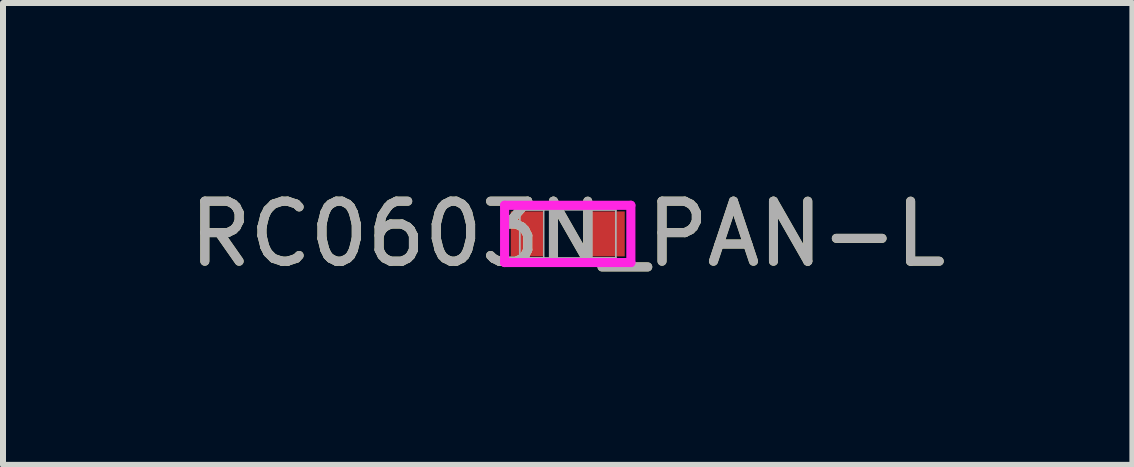
<source format=kicad_pcb>
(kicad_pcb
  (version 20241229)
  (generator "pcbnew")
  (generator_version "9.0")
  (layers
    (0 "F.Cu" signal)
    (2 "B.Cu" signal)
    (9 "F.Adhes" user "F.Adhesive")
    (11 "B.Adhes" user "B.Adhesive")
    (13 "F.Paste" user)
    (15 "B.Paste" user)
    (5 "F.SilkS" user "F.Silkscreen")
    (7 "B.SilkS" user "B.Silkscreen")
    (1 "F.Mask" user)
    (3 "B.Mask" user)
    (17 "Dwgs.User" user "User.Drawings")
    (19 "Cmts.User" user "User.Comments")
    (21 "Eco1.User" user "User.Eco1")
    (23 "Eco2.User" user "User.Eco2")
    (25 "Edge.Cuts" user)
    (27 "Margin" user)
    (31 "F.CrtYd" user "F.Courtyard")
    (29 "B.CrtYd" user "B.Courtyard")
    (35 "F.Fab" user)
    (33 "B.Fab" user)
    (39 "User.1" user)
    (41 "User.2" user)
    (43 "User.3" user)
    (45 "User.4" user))
  (footprint "RC0603N_PAN-L"
    (layer "F.Cu")
    (at 6.411 0.848)
    (property "Reference" "RC0603N_PAN-L" (at 0 0 0) (unlocked yes) (layer "F.SilkS") (effects (font (size 1 1) (thickness 0.15))))
    (attr smd)
    (fp_line (start -1.052 -0.477) (end 1.052 -0.477) (stroke (width 0.152) (type solid)) (layer "F.CrtYd"))
    (fp_line (start -1.052 0.477) (end -1.052 -0.477) (stroke (width 0.152) (type solid)) (layer "F.CrtYd"))
    (fp_line (start 1.052 -0.477) (end 1.052 0.477) (stroke (width 0.152) (type solid)) (layer "F.CrtYd"))
    (fp_line (start 1.052 0.477) (end -1.052 0.477) (stroke (width 0.152) (type solid)) (layer "F.CrtYd"))
    (fp_line (start -0.8 -0.4) (end -0.8 0.4) (stroke (width 0.025) (type solid)) (layer "F.Fab"))
    (fp_line (start -0.8 -0.4) (end -0.8 0.4) (stroke (width 0.025) (type solid)) (layer "F.Fab"))
    (fp_line (start -0.8 0.4) (end -0.4 0.4) (stroke (width 0.025) (type solid)) (layer "F.Fab"))
    (fp_line (start -0.8 0.4) (end 0.8 0.4) (stroke (width 0.025) (type solid)) (layer "F.Fab"))
    (fp_line (start -0.4 -0.4) (end -0.8 -0.4) (stroke (width 0.025) (type solid)) (layer "F.Fab"))
    (fp_line (start -0.4 0.4) (end -0.4 -0.4) (stroke (width 0.025) (type solid)) (layer "F.Fab"))
    (fp_line (start 0.4 -0.4) (end 0.4 0.4) (stroke (width 0.025) (type solid)) (layer "F.Fab"))
    (fp_line (start 0.4 0.4) (end 0.8 0.4) (stroke (width 0.025) (type solid)) (layer "F.Fab"))
    (fp_line (start 0.8 -0.4) (end -0.8 -0.4) (stroke (width 0.025) (type solid)) (layer "F.Fab"))
    (fp_line (start 0.8 -0.4) (end 0.4 -0.4) (stroke (width 0.025) (type solid)) (layer "F.Fab"))
    (fp_line (start 0.8 0.4) (end 0.8 -0.4) (stroke (width 0.025) (type solid)) (layer "F.Fab"))
    (fp_line (start 0.8 0.4) (end 0.8 -0.4) (stroke (width 0.025) (type solid)) (layer "F.Fab"))
    (fp_text user "${REFERENCE}" (at 0 0 0) (unlocked yes) (layer "F.Fab") (effects (font (size 1 1) (thickness 0.15))))
    (pad "1" smd rect (at -0.675 0) (size 0.55 0.75) (layers "F.Cu" "F.Mask" "F.Paste"))
    (pad "2" smd rect (at 0.675 0) (size 0.55 0.75) (layers "F.Cu" "F.Mask" "F.Paste"))
    (zone (net_name "") (layer "F.Cu") (hatch full 0.508) (connect_pads) (min_thickness 0.254) (filled_areas_thickness no) (keepout (tracks not_allowed) (vias not_allowed) (pads allowed) (copperpour not_allowed) (footprints allowed)) (placement (enabled no)) (fill) (polygon (pts (xy 6.062 0.499) (xy 6.76 0.499) (xy 6.76 1.197) (xy 6.062 1.197)))))
  (gr_rect
    (start -3 -3)
    (end 15.821 4.697)
    (stroke (width 0.1) (type default))
    (fill no)
    (layer "Edge.Cuts")))
</source>
